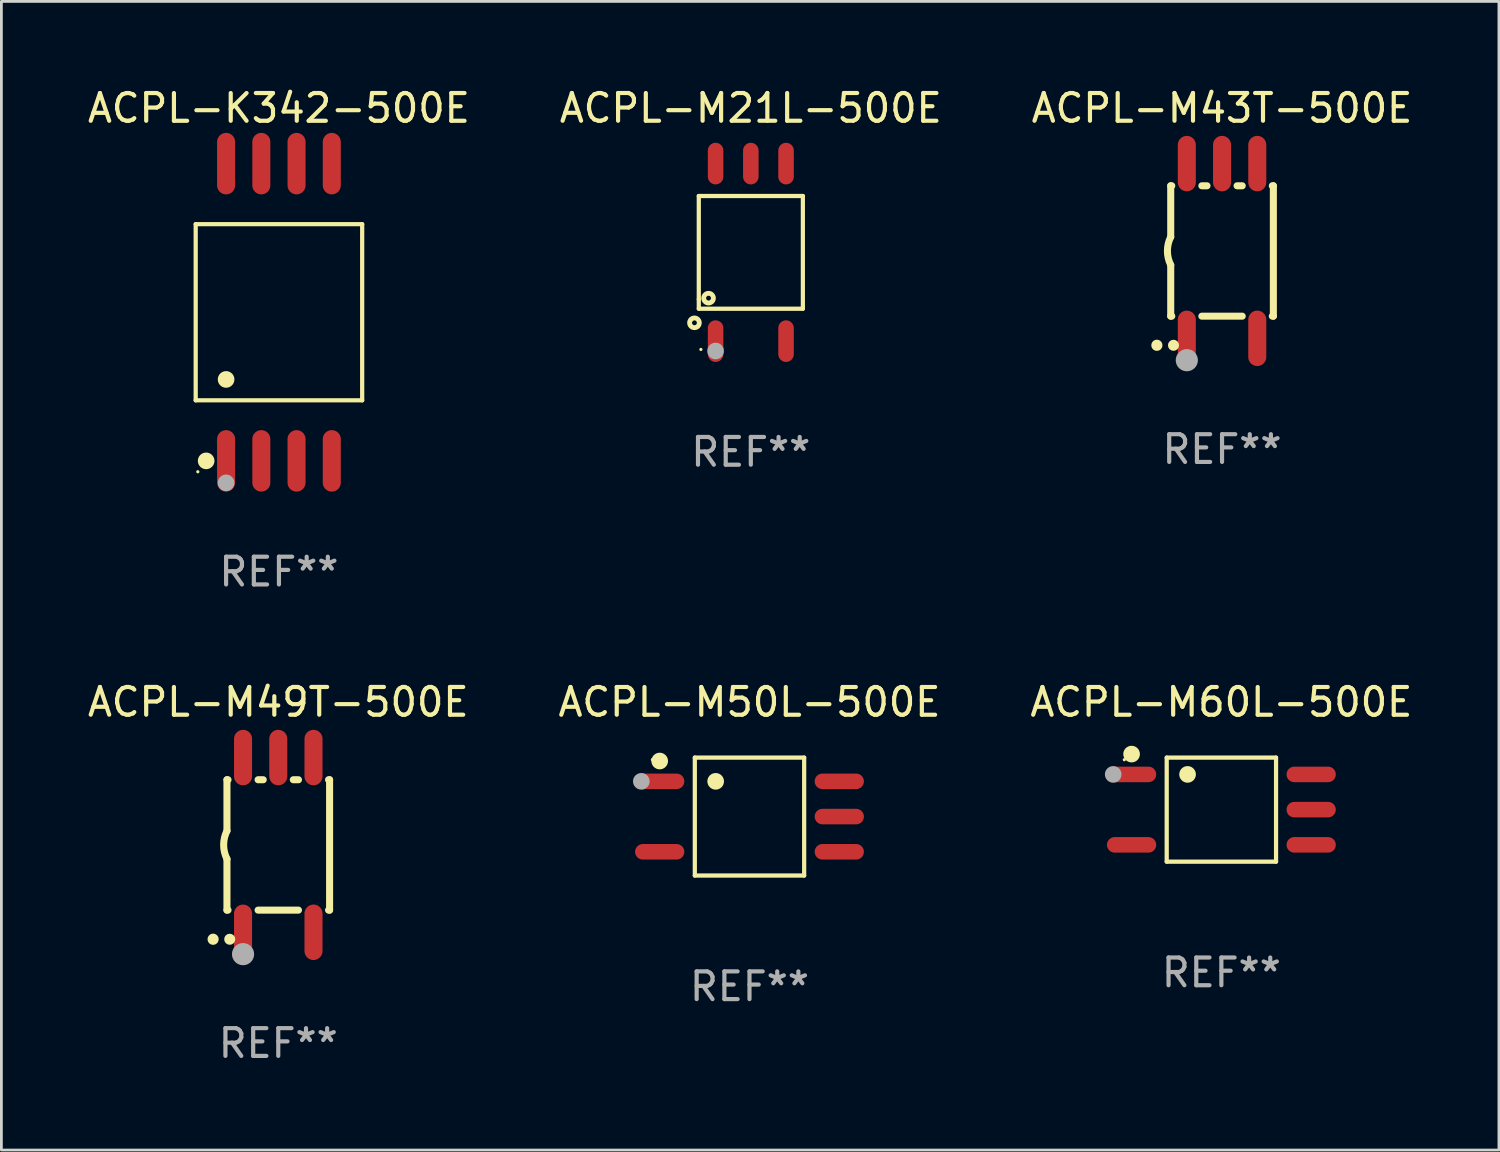
<source format=kicad_pcb>
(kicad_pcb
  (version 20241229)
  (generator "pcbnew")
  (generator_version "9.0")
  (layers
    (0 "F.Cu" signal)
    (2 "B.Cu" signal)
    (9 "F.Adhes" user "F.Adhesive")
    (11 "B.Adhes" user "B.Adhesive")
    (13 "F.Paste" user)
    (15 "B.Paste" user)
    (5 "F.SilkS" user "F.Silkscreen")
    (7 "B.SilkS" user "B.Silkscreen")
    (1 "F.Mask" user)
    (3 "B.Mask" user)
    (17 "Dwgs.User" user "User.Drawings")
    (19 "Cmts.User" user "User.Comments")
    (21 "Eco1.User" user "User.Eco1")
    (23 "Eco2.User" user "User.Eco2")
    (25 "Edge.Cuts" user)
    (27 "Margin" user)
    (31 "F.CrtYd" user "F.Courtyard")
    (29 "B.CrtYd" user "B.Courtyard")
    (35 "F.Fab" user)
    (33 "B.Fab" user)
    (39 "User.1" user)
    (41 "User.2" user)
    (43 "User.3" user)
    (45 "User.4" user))
  (footprint "ACPL-M21L-500E"
    (layer "F.Cu")
    (at 24.018 6.048)
    (property "Reference" "ACPL-M21L-500E" (at 0 -5.2 0) (layer "F.SilkS") (effects (font (size 1 1) (thickness 0.15))))
    (attr through_hole)
    (fp_line (start -1.876 -2.032) (end 1.876 -2.032) (stroke (width 0.152) (type solid)) (layer "F.SilkS"))
    (fp_line (start -1.876 1.695) (end -1.876 -2.032) (stroke (width 0.152) (type solid)) (layer "F.SilkS"))
    (fp_line (start -1.876 2.032) (end -1.876 1.695) (stroke (width 0.152) (type solid)) (layer "F.SilkS"))
    (fp_line (start 1.876 -2.032) (end 1.876 2.032) (stroke (width 0.152) (type solid)) (layer "F.SilkS"))
    (fp_line (start 1.876 2.032) (end -1.876 2.032) (stroke (width 0.152) (type solid)) (layer "F.SilkS"))
    (fp_circle (center -2.032 2.54) (end -1.945 2.54) (stroke (width 0.175) (type solid)) (fill no) (layer "F.SilkS"))
    (fp_circle (center -1.8 3.5) (end -1.77 3.5) (stroke (width 0.06) (type solid)) (fill no) (layer "F.SilkS"))
    (fp_circle (center -1.524 1.651) (end -1.437 1.651) (stroke (width 0.175) (type solid)) (fill no) (layer "F.SilkS"))
    (fp_circle (center -1.27 3.556) (end -1.12 3.556) (stroke (width 0.3) (type solid)) (fill no) (layer "F.Fab"))
    (fp_text user "REF**" (at 0 7.2 0) (layer "F.Fab") (effects (font (size 1 1) (thickness 0.15))))
    (pad "1" smd oval (at -1.27 3.2) (size 0.56 1.5) (layers "F.Cu" "F.Mask" "F.Paste"))
    (pad "3" smd oval (at 1.27 3.2) (size 0.56 1.5) (layers "F.Cu" "F.Mask" "F.Paste"))
    (pad "4" smd oval (at 1.27 -3.2) (size 0.56 1.5) (layers "F.Cu" "F.Mask" "F.Paste"))
    (pad "5" smd oval (at 0 -3.2) (size 0.56 1.5) (layers "F.Cu" "F.Mask" "F.Paste"))
    (pad "6" smd oval (at -1.27 -3.2) (size 0.56 1.5) (layers "F.Cu" "F.Mask" "F.Paste")))
  (footprint "ACPL-M50L-500E"
    (layer "F.Cu")
    (at 23.97 26.388)
    (property "Reference" "ACPL-M50L-500E" (at 0 -4.126 0) (layer "F.SilkS") (effects (font (size 1 1) (thickness 0.15))))
    (attr through_hole)
    (fp_line (start -1.971 -2.126) (end 1.971 -2.126) (stroke (width 0.152) (type solid)) (layer "F.SilkS"))
    (fp_line (start -1.971 2.126) (end -1.971 -2.126) (stroke (width 0.152) (type solid)) (layer "F.SilkS"))
    (fp_line (start 1.971 -2.126) (end 1.971 2.126) (stroke (width 0.152) (type solid)) (layer "F.SilkS"))
    (fp_line (start 1.971 2.126) (end -1.971 2.126) (stroke (width 0.152) (type solid)) (layer "F.SilkS"))
    (fp_circle (center -3.5 -2.05) (end -3.47 -2.05) (stroke (width 0.06) (type solid)) (fill no) (layer "F.SilkS"))
    (fp_circle (center -3.237 -2.002) (end -3.087 -2.002) (stroke (width 0.3) (type solid)) (fill no) (layer "F.SilkS"))
    (fp_circle (center -1.219 -1.27) (end -1.069 -1.27) (stroke (width 0.3) (type solid)) (fill no) (layer "F.SilkS"))
    (fp_circle (center -3.9 -1.27) (end -3.75 -1.27) (stroke (width 0.3) (type solid)) (fill no) (layer "F.Fab"))
    (fp_text user "REF**" (at 0 6.126 0) (layer "F.Fab") (effects (font (size 1 1) (thickness 0.15))))
    (pad "1" smd oval (at -3.237 -1.27 270) (size 0.56 1.775) (layers "F.Cu" "F.Mask" "F.Paste"))
    (pad "3" smd oval (at -3.237 1.27 270) (size 0.56 1.775) (layers "F.Cu" "F.Mask" "F.Paste"))
    (pad "4" smd oval (at 3.237 1.27 270) (size 0.56 1.775) (layers "F.Cu" "F.Mask" "F.Paste"))
    (pad "5" smd oval (at 3.237 0 270) (size 0.56 1.775) (layers "F.Cu" "F.Mask" "F.Paste"))
    (pad "6" smd oval (at 3.237 -1.27 270) (size 0.56 1.775) (layers "F.Cu" "F.Mask" "F.Paste")))
  (footprint "ACPL-M60L-500E"
    (layer "F.Cu")
    (at 40.982 26.138)
    (property "Reference" "ACPL-M60L-500E" (at 0 -3.876 0) (layer "F.SilkS") (effects (font (size 1 1) (thickness 0.15))))
    (attr through_hole)
    (fp_line (start -1.971 -1.876) (end 1.971 -1.876) (stroke (width 0.152) (type solid)) (layer "F.SilkS"))
    (fp_line (start -1.971 1.876) (end -1.971 -1.876) (stroke (width 0.152) (type solid)) (layer "F.SilkS"))
    (fp_line (start 1.971 -1.876) (end 1.971 1.876) (stroke (width 0.152) (type solid)) (layer "F.SilkS"))
    (fp_line (start 1.971 1.876) (end -1.971 1.876) (stroke (width 0.152) (type solid)) (layer "F.SilkS"))
    (fp_circle (center -3.5 -1.8) (end -3.47 -1.8) (stroke (width 0.06) (type solid)) (fill no) (layer "F.SilkS"))
    (fp_circle (center -3.237 -2.002) (end -3.087 -2.002) (stroke (width 0.3) (type solid)) (fill no) (layer "F.SilkS"))
    (fp_circle (center -1.219 -1.27) (end -1.069 -1.27) (stroke (width 0.3) (type solid)) (fill no) (layer "F.SilkS"))
    (fp_circle (center -3.9 -1.27) (end -3.75 -1.27) (stroke (width 0.3) (type solid)) (fill no) (layer "F.Fab"))
    (fp_text user "REF**" (at 0 5.876 0) (layer "F.Fab") (effects (font (size 1 1) (thickness 0.15))))
    (pad "1" smd oval (at -3.237 -1.27 270) (size 0.56 1.775) (layers "F.Cu" "F.Mask" "F.Paste"))
    (pad "3" smd oval (at -3.237 1.27 270) (size 0.56 1.775) (layers "F.Cu" "F.Mask" "F.Paste"))
    (pad "4" smd oval (at 3.237 1.27 270) (size 0.56 1.775) (layers "F.Cu" "F.Mask" "F.Paste"))
    (pad "5" smd oval (at 3.237 0 270) (size 0.56 1.775) (layers "F.Cu" "F.Mask" "F.Paste"))
    (pad "6" smd oval (at 3.237 -1.27 270) (size 0.56 1.775) (layers "F.Cu" "F.Mask" "F.Paste")))
  (footprint "ACPL-M43T-500E"
    (layer "F.Cu")
    (at 41.006 5.998)
    (property "Reference" "ACPL-M43T-500E" (at 0 -5.15 0) (layer "F.SilkS") (effects (font (size 1 1) (thickness 0.15))))
    (attr through_hole)
    (fp_line (start -1.85 -2.35) (end -1.85 -0.508) (stroke (width 0.254) (type solid)) (layer "F.SilkS"))
    (fp_line (start -1.85 -2.35) (end -1.812 -2.35) (stroke (width 0.254) (type solid)) (layer "F.SilkS"))
    (fp_line (start -1.85 2.35) (end -1.85 0.508) (stroke (width 0.254) (type solid)) (layer "F.SilkS"))
    (fp_line (start -1.812 2.35) (end -1.85 2.35) (stroke (width 0.254) (type solid)) (layer "F.SilkS"))
    (fp_line (start -0.728 -2.35) (end -0.542 -2.35) (stroke (width 0.254) (type solid)) (layer "F.SilkS"))
    (fp_line (start 0.542 -2.35) (end 0.728 -2.35) (stroke (width 0.254) (type solid)) (layer "F.SilkS"))
    (fp_line (start 0.728 2.35) (end -0.728 2.35) (stroke (width 0.254) (type solid)) (layer "F.SilkS"))
    (fp_line (start 1.812 -2.35) (end 1.85 -2.35) (stroke (width 0.254) (type solid)) (layer "F.SilkS"))
    (fp_line (start 1.85 -2.35) (end 1.85 2.35) (stroke (width 0.254) (type solid)) (layer "F.SilkS"))
    (fp_line (start 1.85 2.35) (end 1.812 2.35) (stroke (width 0.254) (type solid)) (layer "F.SilkS"))
    (fp_arc (start -2.349505 3.400813) (mid -2.34951 3.399543) (end -2.349505 3.398273) (stroke (width 0.4) (type solid)) (layer "F.SilkS"))
    (fp_arc (start -1.849123 0.507747) (mid -1.969311 -0.000025) (end -1.849987 -0.508001) (stroke (width 0.254001) (type solid)) (layer "F.SilkS"))
    (fp_circle (center -1.75 3.4) (end -1.65 3.4) (stroke (width 0.2) (type solid)) (fill no) (layer "F.SilkS"))
    (fp_circle (center -1.27 3.937) (end -1.07 3.937) (stroke (width 0.4) (type solid)) (fill no) (layer "F.Fab"))
    (fp_text user "REF**" (at 0 7.15 0) (layer "F.Fab") (effects (font (size 1 1) (thickness 0.15))))
    (pad "1" smd oval (at -1.27 3.15 180) (size 0.65 2) (layers "F.Cu" "F.Mask" "F.Paste"))
    (pad "3" smd oval (at 1.27 3.149 180) (size 0.65 2) (layers "F.Cu" "F.Mask" "F.Paste"))
    (pad "4" smd oval (at 1.27 -3.15 180) (size 0.65 2) (layers "F.Cu" "F.Mask" "F.Paste"))
    (pad "5" smd oval (at 0 -3.15 180) (size 0.65 2) (layers "F.Cu" "F.Mask" "F.Paste"))
    (pad "6" smd oval (at -1.27 -3.15 180) (size 0.65 2) (layers "F.Cu" "F.Mask" "F.Paste")))
  (footprint "ACPL-K342-500E"
    (layer "F.Cu")
    (at 7.006 8.207)
    (property "Reference" "ACPL-K342-500E" (at 0 -7.358 0) (layer "F.SilkS") (effects (font (size 1 1) (thickness 0.15))))
    (attr through_hole)
    (fp_line (start -3.001 -3.175) (end 3.001 -3.175) (stroke (width 0.152) (type solid)) (layer "F.SilkS"))
    (fp_line (start -3.001 3.175) (end -3.001 -3.175) (stroke (width 0.152) (type solid)) (layer "F.SilkS"))
    (fp_line (start 3.001 -3.175) (end 3.001 3.175) (stroke (width 0.152) (type solid)) (layer "F.SilkS"))
    (fp_line (start 3.001 3.175) (end -3.001 3.175) (stroke (width 0.152) (type solid)) (layer "F.SilkS"))
    (fp_circle (center -2.925 5.75) (end -2.895 5.75) (stroke (width 0.06) (type solid)) (fill no) (layer "F.SilkS"))
    (fp_circle (center -2.624 5.358) (end -2.474 5.358) (stroke (width 0.3) (type solid)) (fill no) (layer "F.SilkS"))
    (fp_circle (center -1.905 2.422) (end -1.755 2.422) (stroke (width 0.3) (type solid)) (fill no) (layer "F.SilkS"))
    (fp_circle (center -1.905 6.15) (end -1.755 6.15) (stroke (width 0.3) (type solid)) (fill no) (layer "F.Fab"))
    (fp_text user "REF**" (at 0 9.358 0) (layer "F.Fab") (effects (font (size 1 1) (thickness 0.15))))
    (pad "1" smd oval (at -1.905 5.358) (size 0.65 2.217) (layers "F.Cu" "F.Mask" "F.Paste"))
    (pad "2" smd oval (at -0.635 5.358) (size 0.65 2.217) (layers "F.Cu" "F.Mask" "F.Paste"))
    (pad "3" smd oval (at 0.635 5.358) (size 0.65 2.217) (layers "F.Cu" "F.Mask" "F.Paste"))
    (pad "4" smd oval (at 1.905 5.358) (size 0.65 2.217) (layers "F.Cu" "F.Mask" "F.Paste"))
    (pad "5" smd oval (at 1.905 -5.358) (size 0.65 2.217) (layers "F.Cu" "F.Mask" "F.Paste"))
    (pad "6" smd oval (at 0.635 -5.358) (size 0.65 2.217) (layers "F.Cu" "F.Mask" "F.Paste"))
    (pad "7" smd oval (at -0.635 -5.358) (size 0.65 2.217) (layers "F.Cu" "F.Mask" "F.Paste"))
    (pad "8" smd oval (at -1.905 -5.358) (size 0.65 2.217) (layers "F.Cu" "F.Mask" "F.Paste")))
  (footprint "ACPL-M49T-500E"
    (layer "F.Cu")
    (at 6.982 27.411)
    (property "Reference" "ACPL-M49T-500E" (at 0 -5.15 0) (layer "F.SilkS") (effects (font (size 1 1) (thickness 0.15))))
    (attr through_hole)
    (fp_line (start -1.85 -2.35) (end -1.85 -0.508) (stroke (width 0.254) (type solid)) (layer "F.SilkS"))
    (fp_line (start -1.85 -2.35) (end -1.812 -2.35) (stroke (width 0.254) (type solid)) (layer "F.SilkS"))
    (fp_line (start -1.85 2.35) (end -1.85 0.508) (stroke (width 0.254) (type solid)) (layer "F.SilkS"))
    (fp_line (start -1.812 2.35) (end -1.85 2.35) (stroke (width 0.254) (type solid)) (layer "F.SilkS"))
    (fp_line (start -0.728 -2.35) (end -0.542 -2.35) (stroke (width 0.254) (type solid)) (layer "F.SilkS"))
    (fp_line (start 0.542 -2.35) (end 0.728 -2.35) (stroke (width 0.254) (type solid)) (layer "F.SilkS"))
    (fp_line (start 0.728 2.35) (end -0.728 2.35) (stroke (width 0.254) (type solid)) (layer "F.SilkS"))
    (fp_line (start 1.812 -2.35) (end 1.85 -2.35) (stroke (width 0.254) (type solid)) (layer "F.SilkS"))
    (fp_line (start 1.85 -2.35) (end 1.85 2.35) (stroke (width 0.254) (type solid)) (layer "F.SilkS"))
    (fp_line (start 1.85 2.35) (end 1.812 2.35) (stroke (width 0.254) (type solid)) (layer "F.SilkS"))
    (fp_arc (start -2.349505 3.400813) (mid -2.34951 3.399543) (end -2.349505 3.398273) (stroke (width 0.4) (type solid)) (layer "F.SilkS"))
    (fp_arc (start -1.849123 0.507747) (mid -1.969311 -0.000025) (end -1.849987 -0.508001) (stroke (width 0.254001) (type solid)) (layer "F.SilkS"))
    (fp_circle (center -1.75 3.4) (end -1.65 3.4) (stroke (width 0.2) (type solid)) (fill no) (layer "F.SilkS"))
    (fp_circle (center -1.27 3.937) (end -1.07 3.937) (stroke (width 0.4) (type solid)) (fill no) (layer "F.Fab"))
    (fp_text user "REF**" (at 0 7.15 0) (layer "F.Fab") (effects (font (size 1 1) (thickness 0.15))))
    (pad "1" smd oval (at -1.27 3.15 180) (size 0.65 2) (layers "F.Cu" "F.Mask" "F.Paste"))
    (pad "3" smd oval (at 1.27 3.149 180) (size 0.65 2) (layers "F.Cu" "F.Mask" "F.Paste"))
    (pad "4" smd oval (at 1.27 -3.15 180) (size 0.65 2) (layers "F.Cu" "F.Mask" "F.Paste"))
    (pad "5" smd oval (at 0 -3.15 180) (size 0.65 2) (layers "F.Cu" "F.Mask" "F.Paste"))
    (pad "6" smd oval (at -1.27 -3.15 180) (size 0.65 2) (layers "F.Cu" "F.Mask" "F.Paste")))
  (gr_rect
    (start -3 -3)
    (end 50.988 38.41)
    (stroke (width 0.1) (type default))
    (fill no)
    (layer "Edge.Cuts")))
</source>
